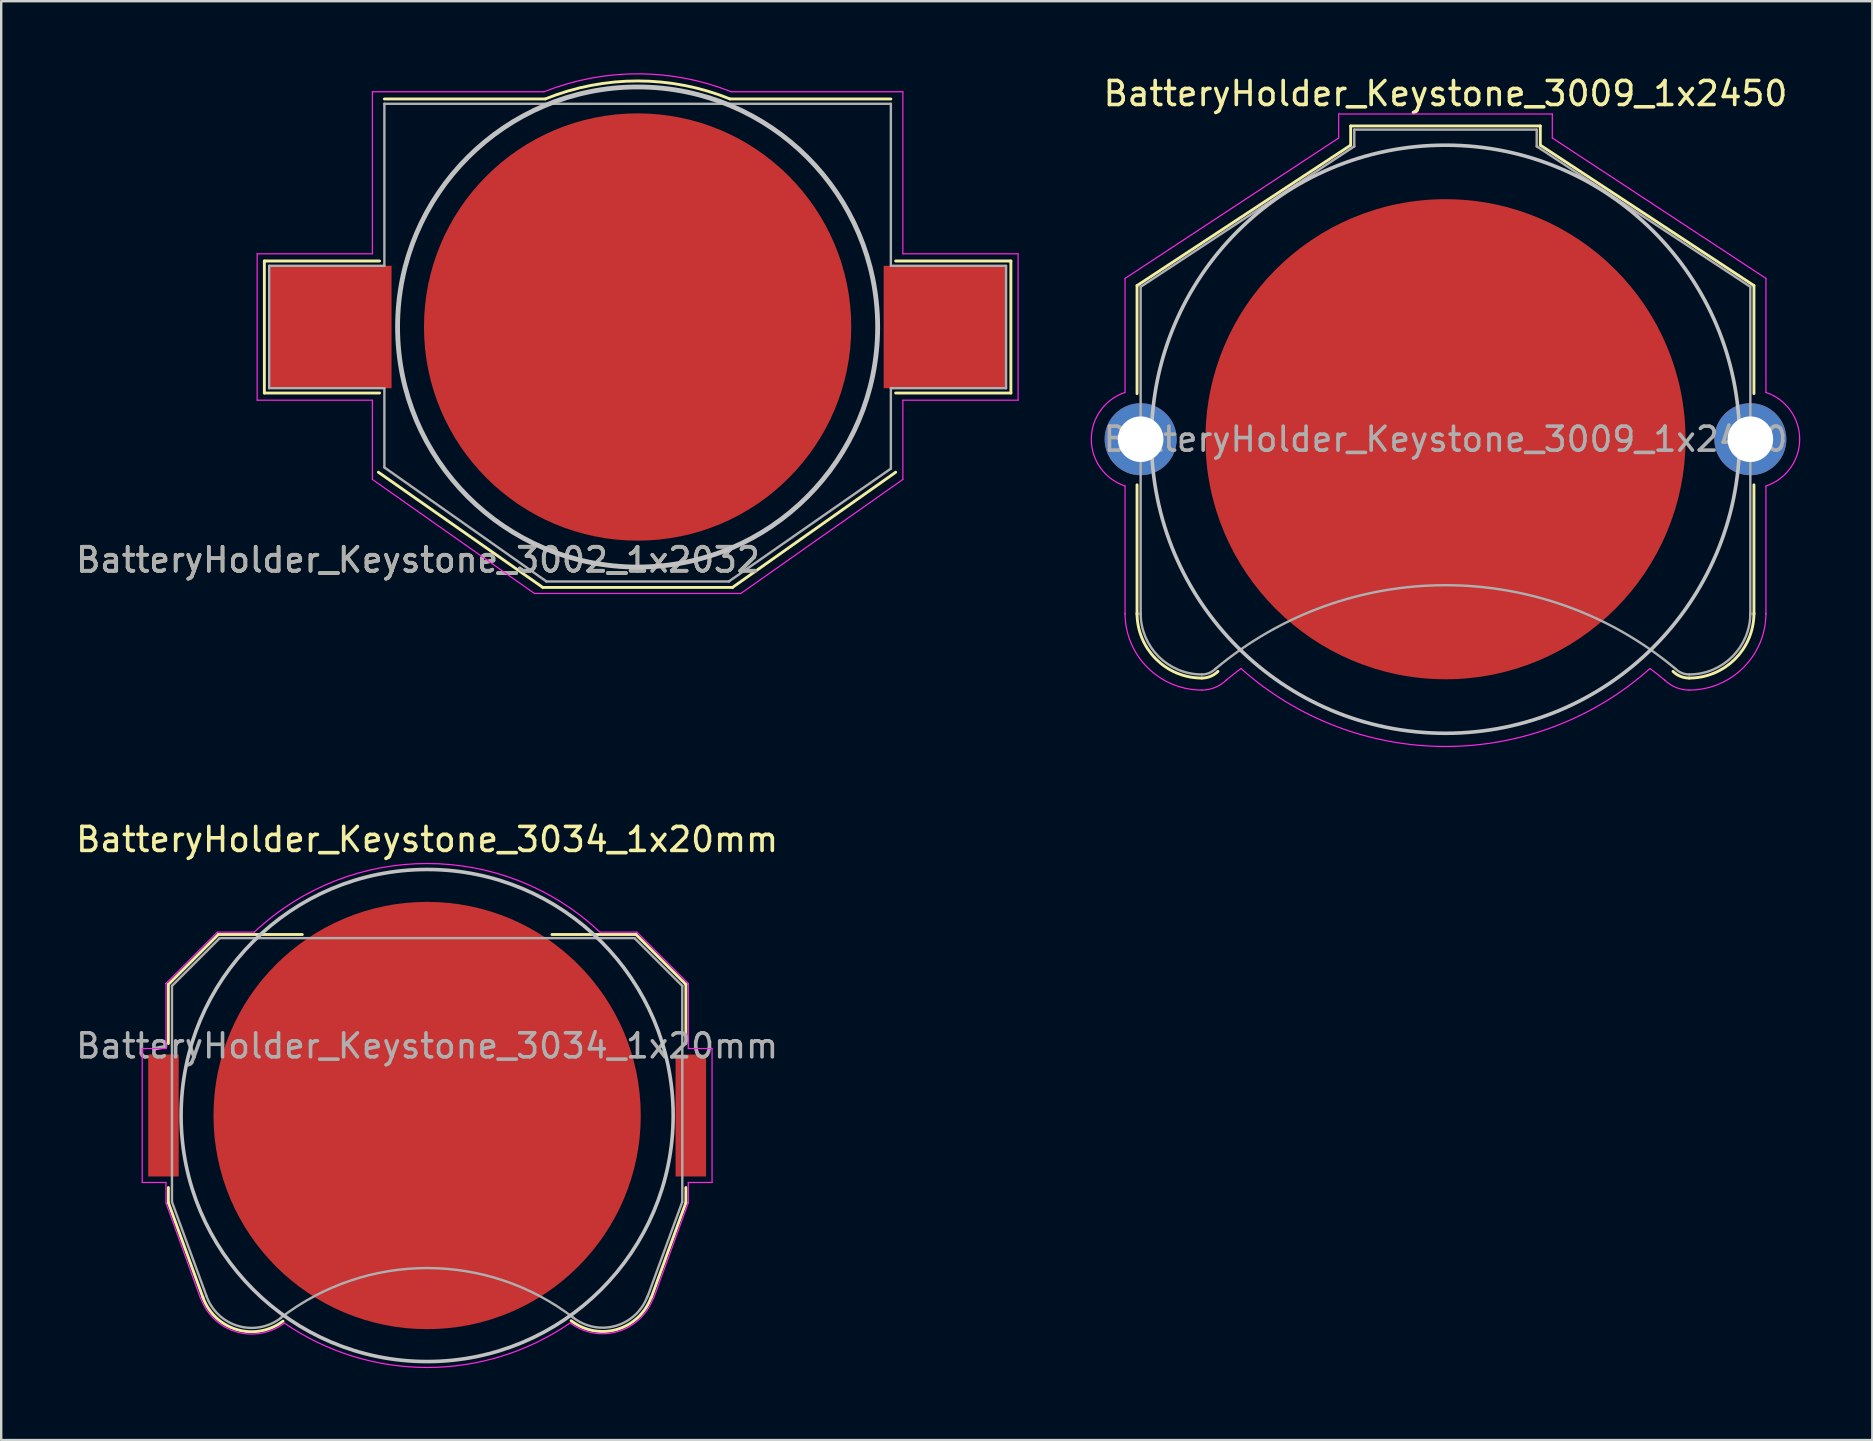
<source format=kicad_pcb>
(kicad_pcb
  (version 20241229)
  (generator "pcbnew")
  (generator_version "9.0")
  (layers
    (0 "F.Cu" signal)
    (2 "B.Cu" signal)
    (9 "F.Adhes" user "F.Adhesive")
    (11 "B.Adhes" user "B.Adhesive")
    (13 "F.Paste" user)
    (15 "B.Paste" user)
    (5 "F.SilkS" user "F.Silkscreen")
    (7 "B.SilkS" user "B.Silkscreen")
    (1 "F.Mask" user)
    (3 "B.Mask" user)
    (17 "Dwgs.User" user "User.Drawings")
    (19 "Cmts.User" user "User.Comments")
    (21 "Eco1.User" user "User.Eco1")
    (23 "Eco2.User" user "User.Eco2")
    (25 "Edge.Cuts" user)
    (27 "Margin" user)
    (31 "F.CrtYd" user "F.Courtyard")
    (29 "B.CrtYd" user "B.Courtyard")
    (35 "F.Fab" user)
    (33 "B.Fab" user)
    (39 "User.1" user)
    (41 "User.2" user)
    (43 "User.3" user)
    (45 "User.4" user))
  (footprint "BatteryHolder_Keystone_3009_1x2450"
    (layer "F.Cu")
    (at 57.169 15.248)
    (property "Reference" "BatteryHolder_Keystone_3009_1x2450" (at 0 -14.4 0) (layer "F.SilkS") (effects (font (size 1 1) (thickness 0.15))))
    (attr through_hole)
    (fp_line (start -12.85 -6.4) (end -12.85 -1.9) (stroke (width 0.12) (type solid)) (layer "F.SilkS"))
    (fp_line (start -12.85 1.9) (end -12.85 7.3) (stroke (width 0.12) (type solid)) (layer "F.SilkS"))
    (fp_line (start -3.95 -13.05) (end -3.95 -12.25) (stroke (width 0.12) (type solid)) (layer "F.SilkS"))
    (fp_line (start -3.95 -13.05) (end 3.95 -13.05) (stroke (width 0.12) (type solid)) (layer "F.SilkS"))
    (fp_line (start -3.95 -12.25) (end -12.85 -6.4) (stroke (width 0.12) (type solid)) (layer "F.SilkS"))
    (fp_line (start 3.95 -13.05) (end 3.95 -12.25) (stroke (width 0.12) (type solid)) (layer "F.SilkS"))
    (fp_line (start 3.95 -12.25) (end 12.85 -6.4) (stroke (width 0.12) (type solid)) (layer "F.SilkS"))
    (fp_line (start 12.85 -6.4) (end 12.85 -1.9) (stroke (width 0.12) (type solid)) (layer "F.SilkS"))
    (fp_line (start 12.85 1.9) (end 12.85 7.3) (stroke (width 0.12) (type solid)) (layer "F.SilkS"))
    (fp_arc (start -10.15 9.95) (mid -12.059188 9.159188) (end -12.85 7.25) (stroke (width 0.12) (type solid)) (layer "F.SilkS"))
    (fp_arc (start -9.478249 9.671751) (mid -9.786451 9.877685) (end -10.15 9.95) (stroke (width 0.12) (type solid)) (layer "F.SilkS"))
    (fp_arc (start 10.15 9.95) (mid 9.786451 9.877686) (end 9.478249 9.671751) (stroke (width 0.12) (type solid)) (layer "F.SilkS"))
    (fp_arc (start 12.85 7.25) (mid 12.059188 9.159188) (end 10.15 9.95) (stroke (width 0.12) (type solid)) (layer "F.SilkS"))
    (fp_circle (center 0 0) (end 12.25 0) (stroke (width 0.15) (type solid)) (fill no) (layer "Dwgs.User"))
    (fp_line (start -13.35 -6.7) (end -13.35 -1.95) (stroke (width 0.05) (type solid)) (layer "F.CrtYd"))
    (fp_line (start -13.35 1.95) (end -13.35 7.3) (stroke (width 0.05) (type solid)) (layer "F.CrtYd"))
    (fp_line (start -4.45 -13.55) (end -4.45 -12.55) (stroke (width 0.05) (type solid)) (layer "F.CrtYd"))
    (fp_line (start -4.45 -13.55) (end 4.45 -13.55) (stroke (width 0.05) (type solid)) (layer "F.CrtYd"))
    (fp_line (start -4.45 -12.55) (end -13.35 -6.7) (stroke (width 0.05) (type solid)) (layer "F.CrtYd"))
    (fp_line (start 4.45 -13.55) (end 4.45 -12.55) (stroke (width 0.05) (type solid)) (layer "F.CrtYd"))
    (fp_line (start 4.45 -12.55) (end 13.35 -6.7) (stroke (width 0.05) (type solid)) (layer "F.CrtYd"))
    (fp_line (start 13.35 -6.7) (end 13.35 -1.95) (stroke (width 0.05) (type solid)) (layer "F.CrtYd"))
    (fp_line (start 13.35 1.95) (end 13.35 7.3) (stroke (width 0.05) (type solid)) (layer "F.CrtYd"))
    (fp_arc (start -13.35 1.95) (mid -14.755479 0.002334) (end -13.354426 -1.948519) (stroke (width 0.05) (type solid)) (layer "F.CrtYd"))
    (fp_arc (start -10.15 10.45) (mid -12.412742 9.512742) (end -13.35 7.25) (stroke (width 0.05) (type solid)) (layer "F.CrtYd"))
    (fp_arc (start -9.15 10.05) (mid -8.840691 9.798786) (end -8.524488 9.556307) (stroke (width 0.05) (type solid)) (layer "F.CrtYd"))
    (fp_arc (start -9.124695 10.025305) (mid -9.595109 10.339626) (end -10.15 10.45) (stroke (width 0.05) (type solid)) (layer "F.CrtYd"))
    (fp_arc (start 0 12.8) (mid -4.55581 11.961797) (end -8.514949 9.556969) (stroke (width 0.05) (type solid)) (layer "F.CrtYd"))
    (fp_arc (start 8.514949 9.556969) (mid 4.55581 11.961798) (end 0 12.8) (stroke (width 0.05) (type solid)) (layer "F.CrtYd"))
    (fp_arc (start 8.524488 9.556307) (mid 8.840691 9.798786) (end 9.15 10.05) (stroke (width 0.05) (type solid)) (layer "F.CrtYd"))
    (fp_arc (start 10.15 10.45) (mid 9.595109 10.339625) (end 9.124695 10.025305) (stroke (width 0.05) (type solid)) (layer "F.CrtYd"))
    (fp_arc (start 13.35 7.25) (mid 12.412742 9.512742) (end 10.15 10.45) (stroke (width 0.05) (type solid)) (layer "F.CrtYd"))
    (fp_arc (start 13.354426 -1.948519) (mid 14.755479 0.002334) (end 13.35 1.95) (stroke (width 0.05) (type solid)) (layer "F.CrtYd"))
    (fp_line (start -12.7 -6.35) (end -12.7 7.3) (stroke (width 0.1) (type solid)) (layer "F.Fab"))
    (fp_line (start -3.8 -12.9) (end -3.8 -12.2) (stroke (width 0.1) (type solid)) (layer "F.Fab"))
    (fp_line (start -3.8 -12.9) (end 3.8 -12.9) (stroke (width 0.1) (type solid)) (layer "F.Fab"))
    (fp_line (start -3.8 -12.2) (end -12.7 -6.35) (stroke (width 0.1) (type solid)) (layer "F.Fab"))
    (fp_line (start 3.8 -12.9) (end 3.8 -12.2) (stroke (width 0.1) (type solid)) (layer "F.Fab"))
    (fp_line (start 3.8 -12.2) (end 12.7 -6.35) (stroke (width 0.1) (type solid)) (layer "F.Fab"))
    (fp_line (start 12.7 -6.35) (end 12.7 7.3) (stroke (width 0.1) (type solid)) (layer "F.Fab"))
    (fp_arc (start -10.15 9.8) (mid -11.953122 9.053122) (end -12.7 7.25) (stroke (width 0.1) (type solid)) (layer "F.Fab"))
    (fp_arc (start -9.6 9.58) (mid -0.013392 6.081011) (end 9.579482 9.562783) (stroke (width 0.1) (type solid)) (layer "F.Fab"))
    (fp_arc (start -9.584315 9.565685) (mid -9.843853 9.739103) (end -10.15 9.8) (stroke (width 0.1) (type solid)) (layer "F.Fab"))
    (fp_arc (start 10.15 9.8) (mid 9.843853 9.739104) (end 9.584315 9.565685) (stroke (width 0.1) (type solid)) (layer "F.Fab"))
    (fp_arc (start 12.7 7.25) (mid 11.953122 9.053122) (end 10.15 9.8) (stroke (width 0.1) (type solid)) (layer "F.Fab"))
    (fp_text user "${REFERENCE}" (at 0 0 0) (layer "F.Fab") (effects (font (size 1 1) (thickness 0.15))))
    (pad "1" thru_hole circle (at -12.7 0) (size 3 3) (drill 1.9) (layers "*.Cu" "*.Mask"))
    (pad "1" thru_hole circle (at 12.7 0) (size 3 3) (drill 1.9) (layers "*.Cu" "*.Mask"))
    (pad "2" smd circle (at 0 0) (size 20 20) (layers "F.Cu" "F.Mask")))
  (footprint "BatteryHolder_Keystone_3034_1x20mm"
    (layer "F.Cu")
    (at 14.744 43.422)
    (property "Reference" "BatteryHolder_Keystone_3034_1x20mm" (at 0 -11.5 0) (layer "F.SilkS") (effects (font (size 1 1) (thickness 0.15))))
    (attr smd)
    (fp_line (start -10.78 -5.46) (end -10.78 -3) (stroke (width 0.12) (type solid)) (layer "F.SilkS"))
    (fp_line (start -10.78 3) (end -10.78 3.63) (stroke (width 0.12) (type solid)) (layer "F.SilkS"))
    (fp_line (start -10.78 3.63) (end -9.34 7.58) (stroke (width 0.12) (type solid)) (layer "F.SilkS"))
    (fp_line (start -8.7 -7.54) (end -10.78 -5.46) (stroke (width 0.12) (type solid)) (layer "F.SilkS"))
    (fp_line (start -5.2 -7.54) (end -8.7 -7.54) (stroke (width 0.12) (type solid)) (layer "F.SilkS"))
    (fp_line (start 8.7 -7.54) (end 5.2 -7.54) (stroke (width 0.12) (type solid)) (layer "F.SilkS"))
    (fp_line (start 8.7 -7.54) (end 10.78 -5.46) (stroke (width 0.12) (type solid)) (layer "F.SilkS"))
    (fp_line (start 10.78 -5.46) (end 10.78 -3) (stroke (width 0.12) (type solid)) (layer "F.SilkS"))
    (fp_line (start 10.78 3) (end 10.78 3.63) (stroke (width 0.12) (type solid)) (layer "F.SilkS"))
    (fp_line (start 10.78 3.63) (end 9.34 7.58) (stroke (width 0.12) (type solid)) (layer "F.SilkS"))
    (fp_arc (start -6.003354 8.56653) (mid -7.921654 8.918738) (end -9.34 7.58) (stroke (width 0.12) (type solid)) (layer "F.SilkS"))
    (fp_arc (start 9.325243 7.588169) (mid 7.90634 8.911668) (end 6 8.55) (stroke (width 0.12) (type solid)) (layer "F.SilkS"))
    (fp_circle (center 0 0) (end 0 10.25) (stroke (width 0.15) (type solid)) (fill no) (layer "Dwgs.User"))
    (fp_line (start -11.87 -2.79) (end -11.87 2.79) (stroke (width 0.05) (type solid)) (layer "F.CrtYd"))
    (fp_line (start -11.87 2.79) (end -10.88 2.79) (stroke (width 0.05) (type solid)) (layer "F.CrtYd"))
    (fp_line (start -10.88 -5.5) (end -10.88 -2.79) (stroke (width 0.05) (type solid)) (layer "F.CrtYd"))
    (fp_line (start -10.88 -2.79) (end -11.87 -2.79) (stroke (width 0.05) (type solid)) (layer "F.CrtYd"))
    (fp_line (start -10.88 2.79) (end -10.88 3.64) (stroke (width 0.05) (type solid)) (layer "F.CrtYd"))
    (fp_line (start -10.88 3.64) (end -9.44 7.62) (stroke (width 0.05) (type solid)) (layer "F.CrtYd"))
    (fp_line (start -8.74 -7.64) (end -10.88 -5.5) (stroke (width 0.05) (type solid)) (layer "F.CrtYd"))
    (fp_line (start -7.2 -7.64) (end -8.74 -7.64) (stroke (width 0.05) (type solid)) (layer "F.CrtYd"))
    (fp_line (start 8.74 -7.64) (end 7.2 -7.64) (stroke (width 0.05) (type solid)) (layer "F.CrtYd"))
    (fp_line (start 9.43 7.63) (end 10.88 3.64) (stroke (width 0.05) (type solid)) (layer "F.CrtYd"))
    (fp_line (start 10.88 -5.5) (end 8.74 -7.64) (stroke (width 0.05) (type solid)) (layer "F.CrtYd"))
    (fp_line (start 10.88 -2.79) (end 10.88 -5.5) (stroke (width 0.05) (type solid)) (layer "F.CrtYd"))
    (fp_line (start 10.88 2.79) (end 11.87 2.79) (stroke (width 0.05) (type solid)) (layer "F.CrtYd"))
    (fp_line (start 10.88 3.64) (end 10.88 2.79) (stroke (width 0.05) (type solid)) (layer "F.CrtYd"))
    (fp_line (start 11.87 -2.79) (end 10.88 -2.79) (stroke (width 0.05) (type solid)) (layer "F.CrtYd"))
    (fp_line (start 11.87 2.79) (end 11.87 -2.79) (stroke (width 0.05) (type solid)) (layer "F.CrtYd"))
    (fp_arc (start -7.199546 -7.640427) (mid 0.000312 -10.498075) (end 7.2 -7.64) (stroke (width 0.05) (type solid)) (layer "F.CrtYd"))
    (fp_arc (start -5.956965 8.654604) (mid -7.953941 9.011629) (end -9.43 7.62) (stroke (width 0.05) (type solid)) (layer "F.CrtYd"))
    (fp_arc (start 5.945368 8.650075) (mid -0.008883 10.496243) (end -5.96 8.64) (stroke (width 0.05) (type solid)) (layer "F.CrtYd"))
    (fp_arc (start 9.415144 7.621341) (mid 7.944017 9.000493) (end 5.96 8.64) (stroke (width 0.05) (type solid)) (layer "F.CrtYd"))
    (fp_line (start -10.63 -5.4) (end -8.64 -7.39) (stroke (width 0.1) (type solid)) (layer "F.Fab"))
    (fp_line (start -10.63 3.6) (end -10.63 -5.4) (stroke (width 0.1) (type solid)) (layer "F.Fab"))
    (fp_line (start -9.19 7.53) (end -10.63 3.6) (stroke (width 0.1) (type solid)) (layer "F.Fab"))
    (fp_line (start -8.64 -7.39) (end 8.64 -7.39) (stroke (width 0.1) (type solid)) (layer "F.Fab"))
    (fp_line (start 8.64 -7.39) (end 10.63 -5.4) (stroke (width 0.1) (type solid)) (layer "F.Fab"))
    (fp_line (start 10.63 -5.4) (end 10.63 3.6) (stroke (width 0.1) (type solid)) (layer "F.Fab"))
    (fp_line (start 10.63 3.6) (end 9.19 7.53) (stroke (width 0.1) (type solid)) (layer "F.Fab"))
    (fp_arc (start -6.096146 8.438508) (mid -7.87328 8.768206) (end -9.19 7.53) (stroke (width 0.1) (type solid)) (layer "F.Fab"))
    (fp_arc (start -6.094852 8.426043) (mid 0.003247 6.355257) (end 6.1 8.43) (stroke (width 0.1) (type solid)) (layer "F.Fab"))
    (fp_arc (start 9.180727 7.528882) (mid 7.868698 8.760067) (end 6.1 8.43) (stroke (width 0.1) (type solid)) (layer "F.Fab"))
    (fp_text user "${REFERENCE}" (at 0 -2.9 0) (layer "F.Fab") (effects (font (size 1 1) (thickness 0.15))))
    (pad "1" smd rect (at -10.985 0) (size 1.27 5.08) (layers "F.Cu" "F.Mask" "F.Paste"))
    (pad "1" smd rect (at 10.985 0) (size 1.27 5.08) (layers "F.Cu" "F.Mask" "F.Paste"))
    (pad "2" smd circle (at 0 0) (size 17.8 17.8) (layers "F.Cu" "F.Mask")))
  (footprint "BatteryHolder_Keystone_3002_1x2032"
    (layer "F.Cu")
    (at 23.513 10.573)
    (property "Reference" "BatteryHolder_Keystone_3002_1x2032" (at -9.15 9.7 0) (layer "F.SilkS") (effects (font (size 1 1) (thickness 0.15))))
    (attr smd)
    (fp_line (start -15.55 -2.75) (end -15.55 2.75) (stroke (width 0.12) (type solid)) (layer "F.SilkS"))
    (fp_line (start -15.55 2.75) (end -10.75 2.75) (stroke (width 0.12) (type solid)) (layer "F.SilkS"))
    (fp_line (start -10.8 6.05) (end -3.95 10.85) (stroke (width 0.12) (type solid)) (layer "F.SilkS"))
    (fp_line (start -10.75 -2.75) (end -15.55 -2.75) (stroke (width 0.12) (type solid)) (layer "F.SilkS"))
    (fp_line (start -10.55 -9.5) (end -3.85 -9.5) (stroke (width 0.12) (type solid)) (layer "F.SilkS"))
    (fp_line (start -3.95 10.85) (end 3.95 10.85) (stroke (width 0.12) (type solid)) (layer "F.SilkS"))
    (fp_line (start 3.95 10.85) (end 10.75 6.05) (stroke (width 0.12) (type solid)) (layer "F.SilkS"))
    (fp_line (start 10.55 -9.5) (end 3.85 -9.5) (stroke (width 0.12) (type solid)) (layer "F.SilkS"))
    (fp_line (start 10.75 2.75) (end 15.55 2.75) (stroke (width 0.12) (type solid)) (layer "F.SilkS"))
    (fp_line (start 15.55 -2.75) (end 10.75 -2.75) (stroke (width 0.12) (type solid)) (layer "F.SilkS"))
    (fp_line (start 15.55 2.75) (end 15.55 -2.75) (stroke (width 0.12) (type solid)) (layer "F.SilkS"))
    (fp_arc (start -3.846385 -9.501464) (mid 0.00195 -10.250487) (end 3.85 -9.5) (stroke (width 0.12) (type solid)) (layer "F.SilkS"))
    (fp_circle (center 0 0) (end 10 0) (stroke (width 0.2) (type solid)) (fill no) (layer "Dwgs.User"))
    (fp_line (start -15.85 -3.05) (end -11.05 -3.05) (stroke (width 0.05) (type solid)) (layer "F.CrtYd"))
    (fp_line (start -15.85 3.05) (end -15.85 -3.05) (stroke (width 0.05) (type solid)) (layer "F.CrtYd"))
    (fp_line (start -11.05 -9.8) (end -3.9 -9.8) (stroke (width 0.05) (type solid)) (layer "F.CrtYd"))
    (fp_line (start -11.05 -3.05) (end -11.05 -9.8) (stroke (width 0.05) (type solid)) (layer "F.CrtYd"))
    (fp_line (start -11.05 3.05) (end -15.85 3.05) (stroke (width 0.05) (type solid)) (layer "F.CrtYd"))
    (fp_line (start -11.05 6.35) (end -11.05 3.05) (stroke (width 0.05) (type solid)) (layer "F.CrtYd"))
    (fp_line (start -4.3 11.1) (end -11.05 6.35) (stroke (width 0.05) (type solid)) (layer "F.CrtYd"))
    (fp_line (start 4.3 11.1) (end -4.3 11.1) (stroke (width 0.05) (type solid)) (layer "F.CrtYd"))
    (fp_line (start 11.05 -9.8) (end 3.9 -9.8) (stroke (width 0.05) (type solid)) (layer "F.CrtYd"))
    (fp_line (start 11.05 -9.8) (end 11.05 -3.05) (stroke (width 0.05) (type solid)) (layer "F.CrtYd"))
    (fp_line (start 11.05 -3.05) (end 15.85 -3.05) (stroke (width 0.05) (type solid)) (layer "F.CrtYd"))
    (fp_line (start 11.05 3.05) (end 11.05 6.35) (stroke (width 0.05) (type solid)) (layer "F.CrtYd"))
    (fp_line (start 11.05 6.35) (end 4.3 11.1) (stroke (width 0.05) (type solid)) (layer "F.CrtYd"))
    (fp_line (start 15.85 -3.05) (end 15.85 3.05) (stroke (width 0.05) (type solid)) (layer "F.CrtYd"))
    (fp_line (start 15.85 3.05) (end 11.05 3.05) (stroke (width 0.05) (type solid)) (layer "F.CrtYd"))
    (fp_arc (start -3.9 -9.8) (mid 0 -10.547512) (end 3.9 -9.8) (stroke (width 0.05) (type solid)) (layer "F.CrtYd"))
    (fp_line (start -15.35 -2.55) (end -15.35 2.55) (stroke (width 0.1) (type solid)) (layer "F.Fab"))
    (fp_line (start -15.35 -2.55) (end -10.55 -2.55) (stroke (width 0.1) (type solid)) (layer "F.Fab"))
    (fp_line (start -15.35 2.55) (end -10.55 2.55) (stroke (width 0.1) (type solid)) (layer "F.Fab"))
    (fp_line (start -10.55 -2.55) (end -10.55 -9.3) (stroke (width 0.1) (type solid)) (layer "F.Fab"))
    (fp_line (start -10.55 2.55) (end -10.55 5.85) (stroke (width 0.1) (type solid)) (layer "F.Fab"))
    (fp_line (start -10.55 5.85) (end -3.8 10.6) (stroke (width 0.1) (type solid)) (layer "F.Fab"))
    (fp_line (start -3.8 10.6) (end 3.8 10.6) (stroke (width 0.1) (type solid)) (layer "F.Fab"))
    (fp_line (start 10.55 -9.3) (end -10.55 -9.3) (stroke (width 0.1) (type solid)) (layer "F.Fab"))
    (fp_line (start 10.55 -2.55) (end 10.55 -9.3) (stroke (width 0.1) (type solid)) (layer "F.Fab"))
    (fp_line (start 10.55 2.55) (end 10.55 5.9) (stroke (width 0.1) (type solid)) (layer "F.Fab"))
    (fp_line (start 10.55 2.55) (end 15.35 2.55) (stroke (width 0.1) (type solid)) (layer "F.Fab"))
    (fp_line (start 10.55 5.9) (end 3.8 10.6) (stroke (width 0.1) (type solid)) (layer "F.Fab"))
    (fp_line (start 15.35 -2.55) (end 10.55 -2.55) (stroke (width 0.1) (type solid)) (layer "F.Fab"))
    (fp_line (start 15.35 2.55) (end 15.35 -2.55) (stroke (width 0.1) (type solid)) (layer "F.Fab"))
    (fp_text user "${REFERENCE}" (at -9.15 9.7 0) (layer "F.Fab") (effects (font (size 1 1) (thickness 0.15))))
    (pad "1" smd rect (at -12.8 0) (size 5.1 5.1) (layers "F.Cu" "F.Mask" "F.Paste"))
    (pad "1" smd rect (at 12.8 0) (size 5.1 5.1) (layers "F.Cu" "F.Mask" "F.Paste"))
    (pad "2" smd circle (at 0 0) (size 17.8 17.8) (layers "F.Cu" "F.Mask")))
  (gr_rect
    (start -3 -3)
    (end 74.949 56.943)
    (stroke (width 0.1) (type default))
    (fill no)
    (layer "Edge.Cuts")))
</source>
